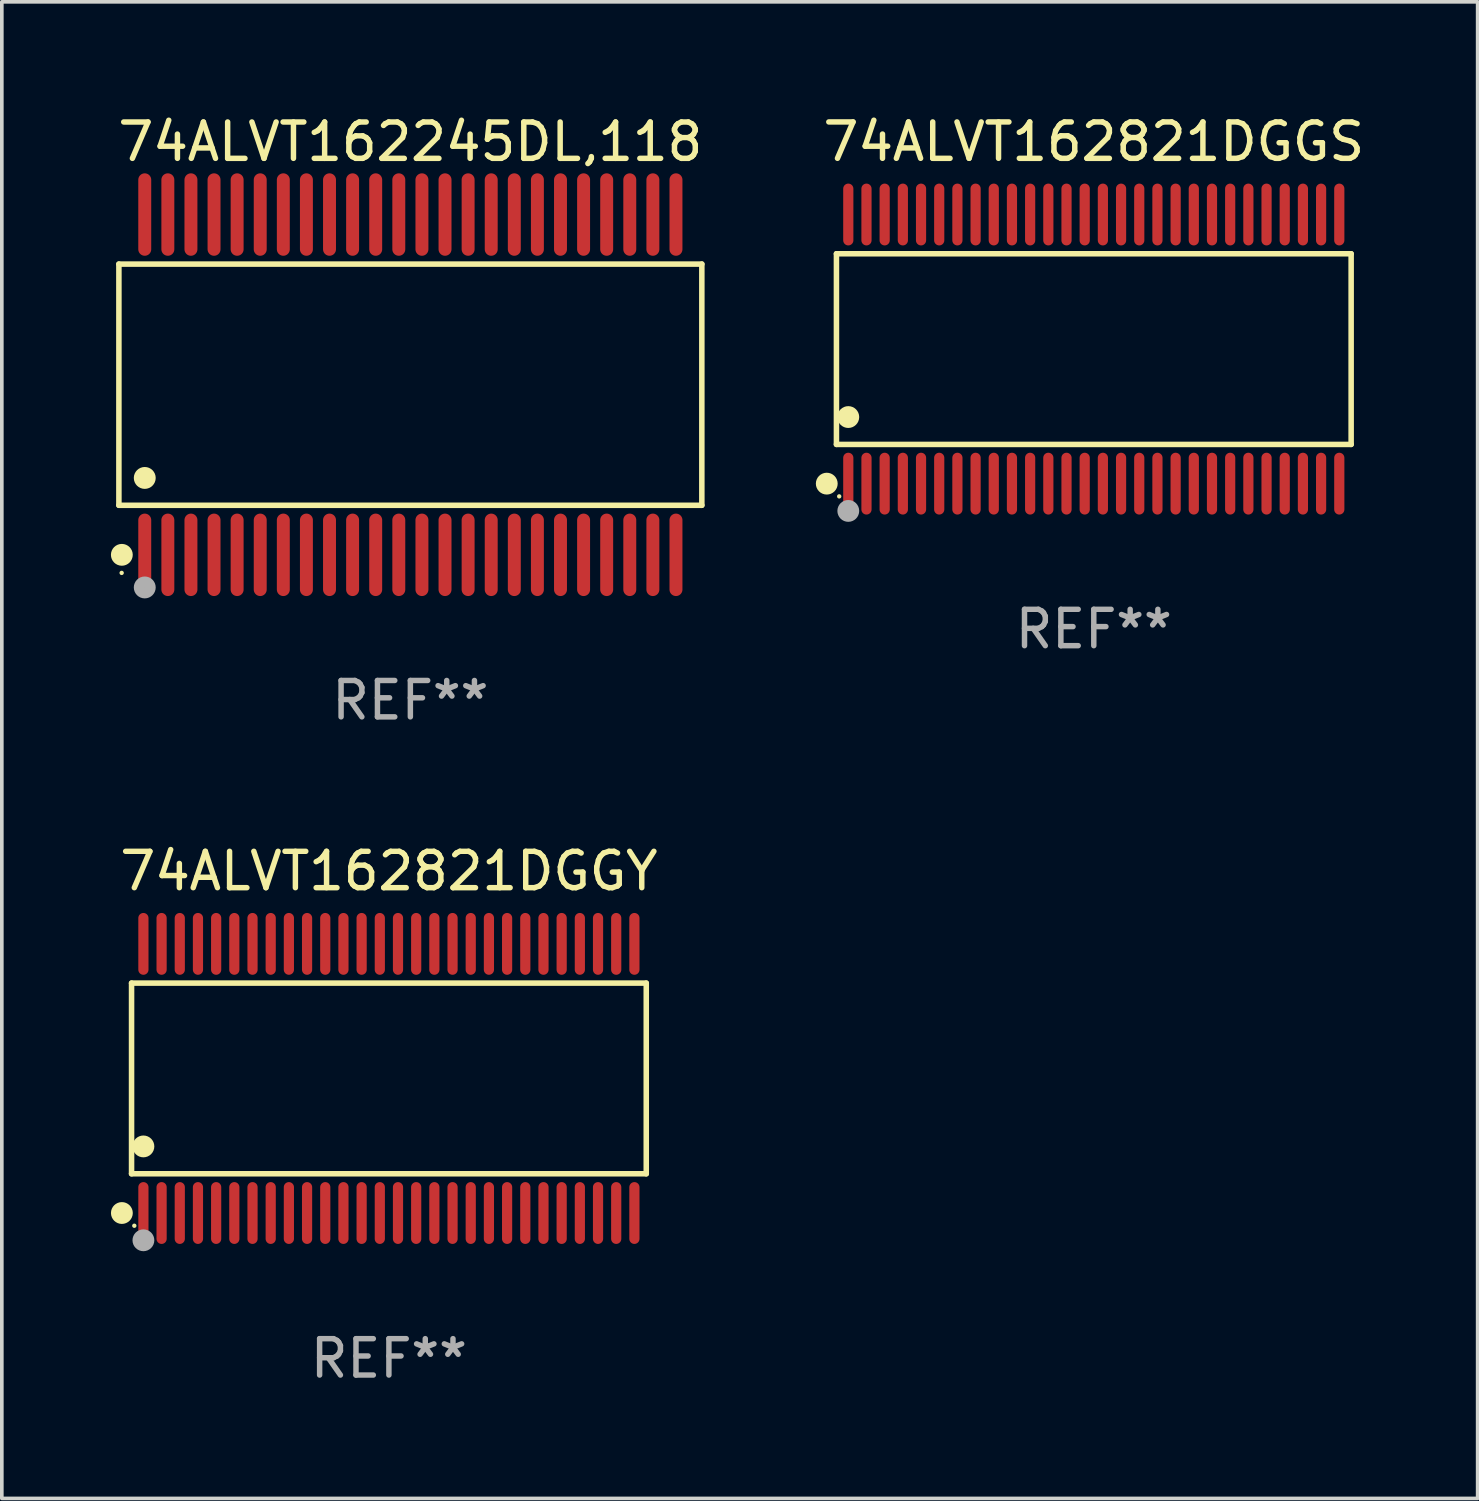
<source format=kicad_pcb>
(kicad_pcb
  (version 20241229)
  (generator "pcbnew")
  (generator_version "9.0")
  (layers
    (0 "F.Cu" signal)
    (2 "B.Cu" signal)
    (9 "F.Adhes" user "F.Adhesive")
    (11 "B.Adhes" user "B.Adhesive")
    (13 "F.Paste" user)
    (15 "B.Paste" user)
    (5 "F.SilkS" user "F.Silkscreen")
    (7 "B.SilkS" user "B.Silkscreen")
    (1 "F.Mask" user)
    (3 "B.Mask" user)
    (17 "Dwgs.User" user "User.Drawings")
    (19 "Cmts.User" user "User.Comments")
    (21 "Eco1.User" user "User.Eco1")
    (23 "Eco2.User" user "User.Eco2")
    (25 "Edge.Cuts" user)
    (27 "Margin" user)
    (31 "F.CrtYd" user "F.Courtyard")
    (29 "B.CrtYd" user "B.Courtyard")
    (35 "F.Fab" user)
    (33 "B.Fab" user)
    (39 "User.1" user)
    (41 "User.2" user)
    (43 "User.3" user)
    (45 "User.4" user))
  (footprint "74ALVT162245DL,118"
    (layer "F.Cu")
    (at 8.233 7.527)
    (property "Reference" "74ALVT162245DL,118" (at 0 -6.678 0) (layer "F.SilkS") (effects (font (size 1 1) (thickness 0.15))))
    (attr through_hole)
    (fp_line (start -8.014 -3.316) (end 8.014 -3.316) (stroke (width 0.152) (type solid)) (layer "F.SilkS"))
    (fp_line (start -8.014 3.316) (end -8.014 -3.316) (stroke (width 0.152) (type solid)) (layer "F.SilkS"))
    (fp_line (start 8.014 -3.316) (end 8.014 3.316) (stroke (width 0.152) (type solid)) (layer "F.SilkS"))
    (fp_line (start 8.014 3.316) (end -8.014 3.316) (stroke (width 0.152) (type solid)) (layer "F.SilkS"))
    (fp_circle (center -7.938 5.175) (end -7.908 5.175) (stroke (width 0.06) (type solid)) (fill no) (layer "F.SilkS"))
    (fp_circle (center -7.933 4.678) (end -7.783 4.678) (stroke (width 0.3) (type solid)) (fill no) (layer "F.SilkS"))
    (fp_circle (center -7.303 2.564) (end -7.152 2.564) (stroke (width 0.3) (type solid)) (fill no) (layer "F.SilkS"))
    (fp_circle (center -7.303 5.575) (end -7.152 5.575) (stroke (width 0.3) (type solid)) (fill no) (layer "F.Fab"))
    (fp_text user "REF**" (at 0 8.678 0) (layer "F.Fab") (effects (font (size 1 1) (thickness 0.15))))
    (pad "1" smd oval (at -7.303 4.678) (size 0.356 2.267) (layers "F.Cu" "F.Mask" "F.Paste"))
    (pad "2" smd oval (at -6.668 4.678) (size 0.356 2.267) (layers "F.Cu" "F.Mask" "F.Paste"))
    (pad "3" smd oval (at -6.033 4.678) (size 0.356 2.267) (layers "F.Cu" "F.Mask" "F.Paste"))
    (pad "4" smd oval (at -5.398 4.678) (size 0.356 2.267) (layers "F.Cu" "F.Mask" "F.Paste"))
    (pad "5" smd oval (at -4.763 4.678) (size 0.356 2.267) (layers "F.Cu" "F.Mask" "F.Paste"))
    (pad "6" smd oval (at -4.128 4.678) (size 0.356 2.267) (layers "F.Cu" "F.Mask" "F.Paste"))
    (pad "7" smd oval (at -3.493 4.678) (size 0.356 2.267) (layers "F.Cu" "F.Mask" "F.Paste"))
    (pad "8" smd oval (at -2.858 4.678) (size 0.356 2.267) (layers "F.Cu" "F.Mask" "F.Paste"))
    (pad "9" smd oval (at -2.223 4.678) (size 0.356 2.267) (layers "F.Cu" "F.Mask" "F.Paste"))
    (pad "10" smd oval (at -1.588 4.678) (size 0.356 2.267) (layers "F.Cu" "F.Mask" "F.Paste"))
    (pad "11" smd oval (at -0.953 4.678) (size 0.356 2.267) (layers "F.Cu" "F.Mask" "F.Paste"))
    (pad "12" smd oval (at -0.318 4.678) (size 0.356 2.267) (layers "F.Cu" "F.Mask" "F.Paste"))
    (pad "13" smd oval (at 0.318 4.678) (size 0.356 2.267) (layers "F.Cu" "F.Mask" "F.Paste"))
    (pad "14" smd oval (at 0.953 4.678) (size 0.356 2.267) (layers "F.Cu" "F.Mask" "F.Paste"))
    (pad "15" smd oval (at 1.588 4.678) (size 0.356 2.267) (layers "F.Cu" "F.Mask" "F.Paste"))
    (pad "16" smd oval (at 2.223 4.678) (size 0.356 2.267) (layers "F.Cu" "F.Mask" "F.Paste"))
    (pad "17" smd oval (at 2.858 4.678) (size 0.356 2.267) (layers "F.Cu" "F.Mask" "F.Paste"))
    (pad "18" smd oval (at 3.493 4.678) (size 0.356 2.267) (layers "F.Cu" "F.Mask" "F.Paste"))
    (pad "19" smd oval (at 4.128 4.678) (size 0.356 2.267) (layers "F.Cu" "F.Mask" "F.Paste"))
    (pad "20" smd oval (at 4.763 4.678) (size 0.356 2.267) (layers "F.Cu" "F.Mask" "F.Paste"))
    (pad "21" smd oval (at 5.398 4.678) (size 0.356 2.267) (layers "F.Cu" "F.Mask" "F.Paste"))
    (pad "22" smd oval (at 6.033 4.678) (size 0.356 2.267) (layers "F.Cu" "F.Mask" "F.Paste"))
    (pad "23" smd oval (at 6.668 4.678) (size 0.356 2.267) (layers "F.Cu" "F.Mask" "F.Paste"))
    (pad "24" smd oval (at 7.303 4.678) (size 0.356 2.267) (layers "F.Cu" "F.Mask" "F.Paste"))
    (pad "25" smd oval (at 7.303 -4.678) (size 0.356 2.267) (layers "F.Cu" "F.Mask" "F.Paste"))
    (pad "26" smd oval (at 6.668 -4.678) (size 0.356 2.267) (layers "F.Cu" "F.Mask" "F.Paste"))
    (pad "27" smd oval (at 6.033 -4.678) (size 0.356 2.267) (layers "F.Cu" "F.Mask" "F.Paste"))
    (pad "28" smd oval (at 5.398 -4.678) (size 0.356 2.267) (layers "F.Cu" "F.Mask" "F.Paste"))
    (pad "29" smd oval (at 4.763 -4.678) (size 0.356 2.267) (layers "F.Cu" "F.Mask" "F.Paste"))
    (pad "30" smd oval (at 4.128 -4.678) (size 0.356 2.267) (layers "F.Cu" "F.Mask" "F.Paste"))
    (pad "31" smd oval (at 3.493 -4.678) (size 0.356 2.267) (layers "F.Cu" "F.Mask" "F.Paste"))
    (pad "32" smd oval (at 2.858 -4.678) (size 0.356 2.267) (layers "F.Cu" "F.Mask" "F.Paste"))
    (pad "33" smd oval (at 2.223 -4.678) (size 0.356 2.267) (layers "F.Cu" "F.Mask" "F.Paste"))
    (pad "34" smd oval (at 1.588 -4.678) (size 0.356 2.267) (layers "F.Cu" "F.Mask" "F.Paste"))
    (pad "35" smd oval (at 0.953 -4.678) (size 0.356 2.267) (layers "F.Cu" "F.Mask" "F.Paste"))
    (pad "36" smd oval (at 0.318 -4.678) (size 0.356 2.267) (layers "F.Cu" "F.Mask" "F.Paste"))
    (pad "37" smd oval (at -0.318 -4.678) (size 0.356 2.267) (layers "F.Cu" "F.Mask" "F.Paste"))
    (pad "38" smd oval (at -0.953 -4.678) (size 0.356 2.267) (layers "F.Cu" "F.Mask" "F.Paste"))
    (pad "39" smd oval (at -1.588 -4.678) (size 0.356 2.267) (layers "F.Cu" "F.Mask" "F.Paste"))
    (pad "40" smd oval (at -2.223 -4.678) (size 0.356 2.267) (layers "F.Cu" "F.Mask" "F.Paste"))
    (pad "41" smd oval (at -2.858 -4.678) (size 0.356 2.267) (layers "F.Cu" "F.Mask" "F.Paste"))
    (pad "42" smd oval (at -3.493 -4.678) (size 0.356 2.267) (layers "F.Cu" "F.Mask" "F.Paste"))
    (pad "43" smd oval (at -4.128 -4.678) (size 0.356 2.267) (layers "F.Cu" "F.Mask" "F.Paste"))
    (pad "44" smd oval (at -4.763 -4.678) (size 0.356 2.267) (layers "F.Cu" "F.Mask" "F.Paste"))
    (pad "45" smd oval (at -5.398 -4.678) (size 0.356 2.267) (layers "F.Cu" "F.Mask" "F.Paste"))
    (pad "46" smd oval (at -6.033 -4.678) (size 0.356 2.267) (layers "F.Cu" "F.Mask" "F.Paste"))
    (pad "47" smd oval (at -6.668 -4.678) (size 0.356 2.267) (layers "F.Cu" "F.Mask" "F.Paste"))
    (pad "48" smd oval (at -7.303 -4.678) (size 0.356 2.267) (layers "F.Cu" "F.Mask" "F.Paste")))
  (footprint "74ALVT162821DGGY"
    (layer "F.Cu")
    (at 7.643 26.602)
    (property "Reference" "74ALVT162821DGGY" (at 0 -5.7 0) (layer "F.SilkS") (effects (font (size 1 1) (thickness 0.15))))
    (attr through_hole)
    (fp_line (start -7.076 -2.621) (end 7.076 -2.621) (stroke (width 0.152) (type solid)) (layer "F.SilkS"))
    (fp_line (start -7.076 2.621) (end -7.076 -2.621) (stroke (width 0.152) (type solid)) (layer "F.SilkS"))
    (fp_line (start 7.076 -2.621) (end 7.076 2.621) (stroke (width 0.152) (type solid)) (layer "F.SilkS"))
    (fp_line (start 7.076 2.621) (end -7.076 2.621) (stroke (width 0.152) (type solid)) (layer "F.SilkS"))
    (fp_circle (center -7.342 3.7) (end -7.192 3.7) (stroke (width 0.3) (type solid)) (fill no) (layer "F.SilkS"))
    (fp_circle (center -7 4.05) (end -6.97 4.05) (stroke (width 0.06) (type solid)) (fill no) (layer "F.SilkS"))
    (fp_circle (center -6.75 1.869) (end -6.6 1.869) (stroke (width 0.3) (type solid)) (fill no) (layer "F.SilkS"))
    (fp_circle (center -6.75 4.45) (end -6.6 4.45) (stroke (width 0.3) (type solid)) (fill no) (layer "F.Fab"))
    (fp_text user "REF**" (at 0 7.7 0) (layer "F.Fab") (effects (font (size 1 1) (thickness 0.15))))
    (pad "1" smd oval (at -6.75 3.7) (size 0.28 1.7) (layers "F.Cu" "F.Mask" "F.Paste"))
    (pad "2" smd oval (at -6.25 3.7) (size 0.28 1.7) (layers "F.Cu" "F.Mask" "F.Paste"))
    (pad "3" smd oval (at -5.75 3.7) (size 0.28 1.7) (layers "F.Cu" "F.Mask" "F.Paste"))
    (pad "4" smd oval (at -5.25 3.7) (size 0.28 1.7) (layers "F.Cu" "F.Mask" "F.Paste"))
    (pad "5" smd oval (at -4.75 3.7) (size 0.28 1.7) (layers "F.Cu" "F.Mask" "F.Paste"))
    (pad "6" smd oval (at -4.25 3.7) (size 0.28 1.7) (layers "F.Cu" "F.Mask" "F.Paste"))
    (pad "7" smd oval (at -3.75 3.7) (size 0.28 1.7) (layers "F.Cu" "F.Mask" "F.Paste"))
    (pad "8" smd oval (at -3.25 3.7) (size 0.28 1.7) (layers "F.Cu" "F.Mask" "F.Paste"))
    (pad "9" smd oval (at -2.75 3.7) (size 0.28 1.7) (layers "F.Cu" "F.Mask" "F.Paste"))
    (pad "10" smd oval (at -2.25 3.7) (size 0.28 1.7) (layers "F.Cu" "F.Mask" "F.Paste"))
    (pad "11" smd oval (at -1.75 3.7) (size 0.28 1.7) (layers "F.Cu" "F.Mask" "F.Paste"))
    (pad "12" smd oval (at -1.25 3.7) (size 0.28 1.7) (layers "F.Cu" "F.Mask" "F.Paste"))
    (pad "13" smd oval (at -0.75 3.7) (size 0.28 1.7) (layers "F.Cu" "F.Mask" "F.Paste"))
    (pad "14" smd oval (at -0.25 3.7) (size 0.28 1.7) (layers "F.Cu" "F.Mask" "F.Paste"))
    (pad "15" smd oval (at 0.25 3.7) (size 0.28 1.7) (layers "F.Cu" "F.Mask" "F.Paste"))
    (pad "16" smd oval (at 0.75 3.7) (size 0.28 1.7) (layers "F.Cu" "F.Mask" "F.Paste"))
    (pad "17" smd oval (at 1.25 3.7) (size 0.28 1.7) (layers "F.Cu" "F.Mask" "F.Paste"))
    (pad "18" smd oval (at 1.75 3.7) (size 0.28 1.7) (layers "F.Cu" "F.Mask" "F.Paste"))
    (pad "19" smd oval (at 2.25 3.7) (size 0.28 1.7) (layers "F.Cu" "F.Mask" "F.Paste"))
    (pad "20" smd oval (at 2.75 3.7) (size 0.28 1.7) (layers "F.Cu" "F.Mask" "F.Paste"))
    (pad "21" smd oval (at 3.25 3.7) (size 0.28 1.7) (layers "F.Cu" "F.Mask" "F.Paste"))
    (pad "22" smd oval (at 3.75 3.7) (size 0.28 1.7) (layers "F.Cu" "F.Mask" "F.Paste"))
    (pad "23" smd oval (at 4.25 3.7) (size 0.28 1.7) (layers "F.Cu" "F.Mask" "F.Paste"))
    (pad "24" smd oval (at 4.75 3.7) (size 0.28 1.7) (layers "F.Cu" "F.Mask" "F.Paste"))
    (pad "25" smd oval (at 5.25 3.7) (size 0.28 1.7) (layers "F.Cu" "F.Mask" "F.Paste"))
    (pad "26" smd oval (at 5.75 3.7) (size 0.28 1.7) (layers "F.Cu" "F.Mask" "F.Paste"))
    (pad "27" smd oval (at 6.25 3.7) (size 0.28 1.7) (layers "F.Cu" "F.Mask" "F.Paste"))
    (pad "28" smd oval (at 6.75 3.7) (size 0.28 1.7) (layers "F.Cu" "F.Mask" "F.Paste"))
    (pad "29" smd oval (at 6.75 -3.7) (size 0.28 1.7) (layers "F.Cu" "F.Mask" "F.Paste"))
    (pad "30" smd oval (at 6.25 -3.7) (size 0.28 1.7) (layers "F.Cu" "F.Mask" "F.Paste"))
    (pad "31" smd oval (at 5.75 -3.7) (size 0.28 1.7) (layers "F.Cu" "F.Mask" "F.Paste"))
    (pad "32" smd oval (at 5.25 -3.7) (size 0.28 1.7) (layers "F.Cu" "F.Mask" "F.Paste"))
    (pad "33" smd oval (at 4.75 -3.7) (size 0.28 1.7) (layers "F.Cu" "F.Mask" "F.Paste"))
    (pad "34" smd oval (at 4.25 -3.7) (size 0.28 1.7) (layers "F.Cu" "F.Mask" "F.Paste"))
    (pad "35" smd oval (at 3.75 -3.7) (size 0.28 1.7) (layers "F.Cu" "F.Mask" "F.Paste"))
    (pad "36" smd oval (at 3.25 -3.7) (size 0.28 1.7) (layers "F.Cu" "F.Mask" "F.Paste"))
    (pad "37" smd oval (at 2.75 -3.7) (size 0.28 1.7) (layers "F.Cu" "F.Mask" "F.Paste"))
    (pad "38" smd oval (at 2.25 -3.7) (size 0.28 1.7) (layers "F.Cu" "F.Mask" "F.Paste"))
    (pad "39" smd oval (at 1.75 -3.7) (size 0.28 1.7) (layers "F.Cu" "F.Mask" "F.Paste"))
    (pad "40" smd oval (at 1.25 -3.7) (size 0.28 1.7) (layers "F.Cu" "F.Mask" "F.Paste"))
    (pad "41" smd oval (at 0.75 -3.7) (size 0.28 1.7) (layers "F.Cu" "F.Mask" "F.Paste"))
    (pad "42" smd oval (at 0.25 -3.7) (size 0.28 1.7) (layers "F.Cu" "F.Mask" "F.Paste"))
    (pad "43" smd oval (at -0.25 -3.7) (size 0.28 1.7) (layers "F.Cu" "F.Mask" "F.Paste"))
    (pad "44" smd oval (at -0.75 -3.7) (size 0.28 1.7) (layers "F.Cu" "F.Mask" "F.Paste"))
    (pad "45" smd oval (at -1.25 -3.7) (size 0.28 1.7) (layers "F.Cu" "F.Mask" "F.Paste"))
    (pad "46" smd oval (at -1.75 -3.7) (size 0.28 1.7) (layers "F.Cu" "F.Mask" "F.Paste"))
    (pad "47" smd oval (at -2.25 -3.7) (size 0.28 1.7) (layers "F.Cu" "F.Mask" "F.Paste"))
    (pad "48" smd oval (at -2.75 -3.7) (size 0.28 1.7) (layers "F.Cu" "F.Mask" "F.Paste"))
    (pad "49" smd oval (at -3.25 -3.7) (size 0.28 1.7) (layers "F.Cu" "F.Mask" "F.Paste"))
    (pad "50" smd oval (at -3.75 -3.7) (size 0.28 1.7) (layers "F.Cu" "F.Mask" "F.Paste"))
    (pad "51" smd oval (at -4.25 -3.7) (size 0.28 1.7) (layers "F.Cu" "F.Mask" "F.Paste"))
    (pad "52" smd oval (at -4.75 -3.7) (size 0.28 1.7) (layers "F.Cu" "F.Mask" "F.Paste"))
    (pad "53" smd oval (at -5.25 -3.7) (size 0.28 1.7) (layers "F.Cu" "F.Mask" "F.Paste"))
    (pad "54" smd oval (at -5.75 -3.7) (size 0.28 1.7) (layers "F.Cu" "F.Mask" "F.Paste"))
    (pad "55" smd oval (at -6.25 -3.7) (size 0.28 1.7) (layers "F.Cu" "F.Mask" "F.Paste"))
    (pad "56" smd oval (at -6.75 -3.7) (size 0.28 1.7) (layers "F.Cu" "F.Mask" "F.Paste")))
  (footprint "74ALVT162821DGGS"
    (layer "F.Cu")
    (at 27.024 6.548)
    (property "Reference" "74ALVT162821DGGS" (at 0 -5.7 0) (layer "F.SilkS") (effects (font (size 1 1) (thickness 0.15))))
    (attr through_hole)
    (fp_line (start -7.076 -2.621) (end 7.076 -2.621) (stroke (width 0.152) (type solid)) (layer "F.SilkS"))
    (fp_line (start -7.076 2.621) (end -7.076 -2.621) (stroke (width 0.152) (type solid)) (layer "F.SilkS"))
    (fp_line (start 7.076 -2.621) (end 7.076 2.621) (stroke (width 0.152) (type solid)) (layer "F.SilkS"))
    (fp_line (start 7.076 2.621) (end -7.076 2.621) (stroke (width 0.152) (type solid)) (layer "F.SilkS"))
    (fp_circle (center -7.342 3.7) (end -7.192 3.7) (stroke (width 0.3) (type solid)) (fill no) (layer "F.SilkS"))
    (fp_circle (center -7 4.05) (end -6.97 4.05) (stroke (width 0.06) (type solid)) (fill no) (layer "F.SilkS"))
    (fp_circle (center -6.75 1.869) (end -6.6 1.869) (stroke (width 0.3) (type solid)) (fill no) (layer "F.SilkS"))
    (fp_circle (center -6.75 4.45) (end -6.6 4.45) (stroke (width 0.3) (type solid)) (fill no) (layer "F.Fab"))
    (fp_text user "REF**" (at 0 7.7 0) (layer "F.Fab") (effects (font (size 1 1) (thickness 0.15))))
    (pad "1" smd oval (at -6.75 3.7) (size 0.28 1.7) (layers "F.Cu" "F.Mask" "F.Paste"))
    (pad "2" smd oval (at -6.25 3.7) (size 0.28 1.7) (layers "F.Cu" "F.Mask" "F.Paste"))
    (pad "3" smd oval (at -5.75 3.7) (size 0.28 1.7) (layers "F.Cu" "F.Mask" "F.Paste"))
    (pad "4" smd oval (at -5.25 3.7) (size 0.28 1.7) (layers "F.Cu" "F.Mask" "F.Paste"))
    (pad "5" smd oval (at -4.75 3.7) (size 0.28 1.7) (layers "F.Cu" "F.Mask" "F.Paste"))
    (pad "6" smd oval (at -4.25 3.7) (size 0.28 1.7) (layers "F.Cu" "F.Mask" "F.Paste"))
    (pad "7" smd oval (at -3.75 3.7) (size 0.28 1.7) (layers "F.Cu" "F.Mask" "F.Paste"))
    (pad "8" smd oval (at -3.25 3.7) (size 0.28 1.7) (layers "F.Cu" "F.Mask" "F.Paste"))
    (pad "9" smd oval (at -2.75 3.7) (size 0.28 1.7) (layers "F.Cu" "F.Mask" "F.Paste"))
    (pad "10" smd oval (at -2.25 3.7) (size 0.28 1.7) (layers "F.Cu" "F.Mask" "F.Paste"))
    (pad "11" smd oval (at -1.75 3.7) (size 0.28 1.7) (layers "F.Cu" "F.Mask" "F.Paste"))
    (pad "12" smd oval (at -1.25 3.7) (size 0.28 1.7) (layers "F.Cu" "F.Mask" "F.Paste"))
    (pad "13" smd oval (at -0.75 3.7) (size 0.28 1.7) (layers "F.Cu" "F.Mask" "F.Paste"))
    (pad "14" smd oval (at -0.25 3.7) (size 0.28 1.7) (layers "F.Cu" "F.Mask" "F.Paste"))
    (pad "15" smd oval (at 0.25 3.7) (size 0.28 1.7) (layers "F.Cu" "F.Mask" "F.Paste"))
    (pad "16" smd oval (at 0.75 3.7) (size 0.28 1.7) (layers "F.Cu" "F.Mask" "F.Paste"))
    (pad "17" smd oval (at 1.25 3.7) (size 0.28 1.7) (layers "F.Cu" "F.Mask" "F.Paste"))
    (pad "18" smd oval (at 1.75 3.7) (size 0.28 1.7) (layers "F.Cu" "F.Mask" "F.Paste"))
    (pad "19" smd oval (at 2.25 3.7) (size 0.28 1.7) (layers "F.Cu" "F.Mask" "F.Paste"))
    (pad "20" smd oval (at 2.75 3.7) (size 0.28 1.7) (layers "F.Cu" "F.Mask" "F.Paste"))
    (pad "21" smd oval (at 3.25 3.7) (size 0.28 1.7) (layers "F.Cu" "F.Mask" "F.Paste"))
    (pad "22" smd oval (at 3.75 3.7) (size 0.28 1.7) (layers "F.Cu" "F.Mask" "F.Paste"))
    (pad "23" smd oval (at 4.25 3.7) (size 0.28 1.7) (layers "F.Cu" "F.Mask" "F.Paste"))
    (pad "24" smd oval (at 4.75 3.7) (size 0.28 1.7) (layers "F.Cu" "F.Mask" "F.Paste"))
    (pad "25" smd oval (at 5.25 3.7) (size 0.28 1.7) (layers "F.Cu" "F.Mask" "F.Paste"))
    (pad "26" smd oval (at 5.75 3.7) (size 0.28 1.7) (layers "F.Cu" "F.Mask" "F.Paste"))
    (pad "27" smd oval (at 6.25 3.7) (size 0.28 1.7) (layers "F.Cu" "F.Mask" "F.Paste"))
    (pad "28" smd oval (at 6.75 3.7) (size 0.28 1.7) (layers "F.Cu" "F.Mask" "F.Paste"))
    (pad "29" smd oval (at 6.75 -3.7) (size 0.28 1.7) (layers "F.Cu" "F.Mask" "F.Paste"))
    (pad "30" smd oval (at 6.25 -3.7) (size 0.28 1.7) (layers "F.Cu" "F.Mask" "F.Paste"))
    (pad "31" smd oval (at 5.75 -3.7) (size 0.28 1.7) (layers "F.Cu" "F.Mask" "F.Paste"))
    (pad "32" smd oval (at 5.25 -3.7) (size 0.28 1.7) (layers "F.Cu" "F.Mask" "F.Paste"))
    (pad "33" smd oval (at 4.75 -3.7) (size 0.28 1.7) (layers "F.Cu" "F.Mask" "F.Paste"))
    (pad "34" smd oval (at 4.25 -3.7) (size 0.28 1.7) (layers "F.Cu" "F.Mask" "F.Paste"))
    (pad "35" smd oval (at 3.75 -3.7) (size 0.28 1.7) (layers "F.Cu" "F.Mask" "F.Paste"))
    (pad "36" smd oval (at 3.25 -3.7) (size 0.28 1.7) (layers "F.Cu" "F.Mask" "F.Paste"))
    (pad "37" smd oval (at 2.75 -3.7) (size 0.28 1.7) (layers "F.Cu" "F.Mask" "F.Paste"))
    (pad "38" smd oval (at 2.25 -3.7) (size 0.28 1.7) (layers "F.Cu" "F.Mask" "F.Paste"))
    (pad "39" smd oval (at 1.75 -3.7) (size 0.28 1.7) (layers "F.Cu" "F.Mask" "F.Paste"))
    (pad "40" smd oval (at 1.25 -3.7) (size 0.28 1.7) (layers "F.Cu" "F.Mask" "F.Paste"))
    (pad "41" smd oval (at 0.75 -3.7) (size 0.28 1.7) (layers "F.Cu" "F.Mask" "F.Paste"))
    (pad "42" smd oval (at 0.25 -3.7) (size 0.28 1.7) (layers "F.Cu" "F.Mask" "F.Paste"))
    (pad "43" smd oval (at -0.25 -3.7) (size 0.28 1.7) (layers "F.Cu" "F.Mask" "F.Paste"))
    (pad "44" smd oval (at -0.75 -3.7) (size 0.28 1.7) (layers "F.Cu" "F.Mask" "F.Paste"))
    (pad "45" smd oval (at -1.25 -3.7) (size 0.28 1.7) (layers "F.Cu" "F.Mask" "F.Paste"))
    (pad "46" smd oval (at -1.75 -3.7) (size 0.28 1.7) (layers "F.Cu" "F.Mask" "F.Paste"))
    (pad "47" smd oval (at -2.25 -3.7) (size 0.28 1.7) (layers "F.Cu" "F.Mask" "F.Paste"))
    (pad "48" smd oval (at -2.75 -3.7) (size 0.28 1.7) (layers "F.Cu" "F.Mask" "F.Paste"))
    (pad "49" smd oval (at -3.25 -3.7) (size 0.28 1.7) (layers "F.Cu" "F.Mask" "F.Paste"))
    (pad "50" smd oval (at -3.75 -3.7) (size 0.28 1.7) (layers "F.Cu" "F.Mask" "F.Paste"))
    (pad "51" smd oval (at -4.25 -3.7) (size 0.28 1.7) (layers "F.Cu" "F.Mask" "F.Paste"))
    (pad "52" smd oval (at -4.75 -3.7) (size 0.28 1.7) (layers "F.Cu" "F.Mask" "F.Paste"))
    (pad "53" smd oval (at -5.25 -3.7) (size 0.28 1.7) (layers "F.Cu" "F.Mask" "F.Paste"))
    (pad "54" smd oval (at -5.75 -3.7) (size 0.28 1.7) (layers "F.Cu" "F.Mask" "F.Paste"))
    (pad "55" smd oval (at -6.25 -3.7) (size 0.28 1.7) (layers "F.Cu" "F.Mask" "F.Paste"))
    (pad "56" smd oval (at -6.75 -3.7) (size 0.28 1.7) (layers "F.Cu" "F.Mask" "F.Paste")))
  (gr_rect
    (start -3 -3)
    (end 37.578 38.15)
    (stroke (width 0.1) (type default))
    (fill no)
    (layer "Edge.Cuts")))
</source>
